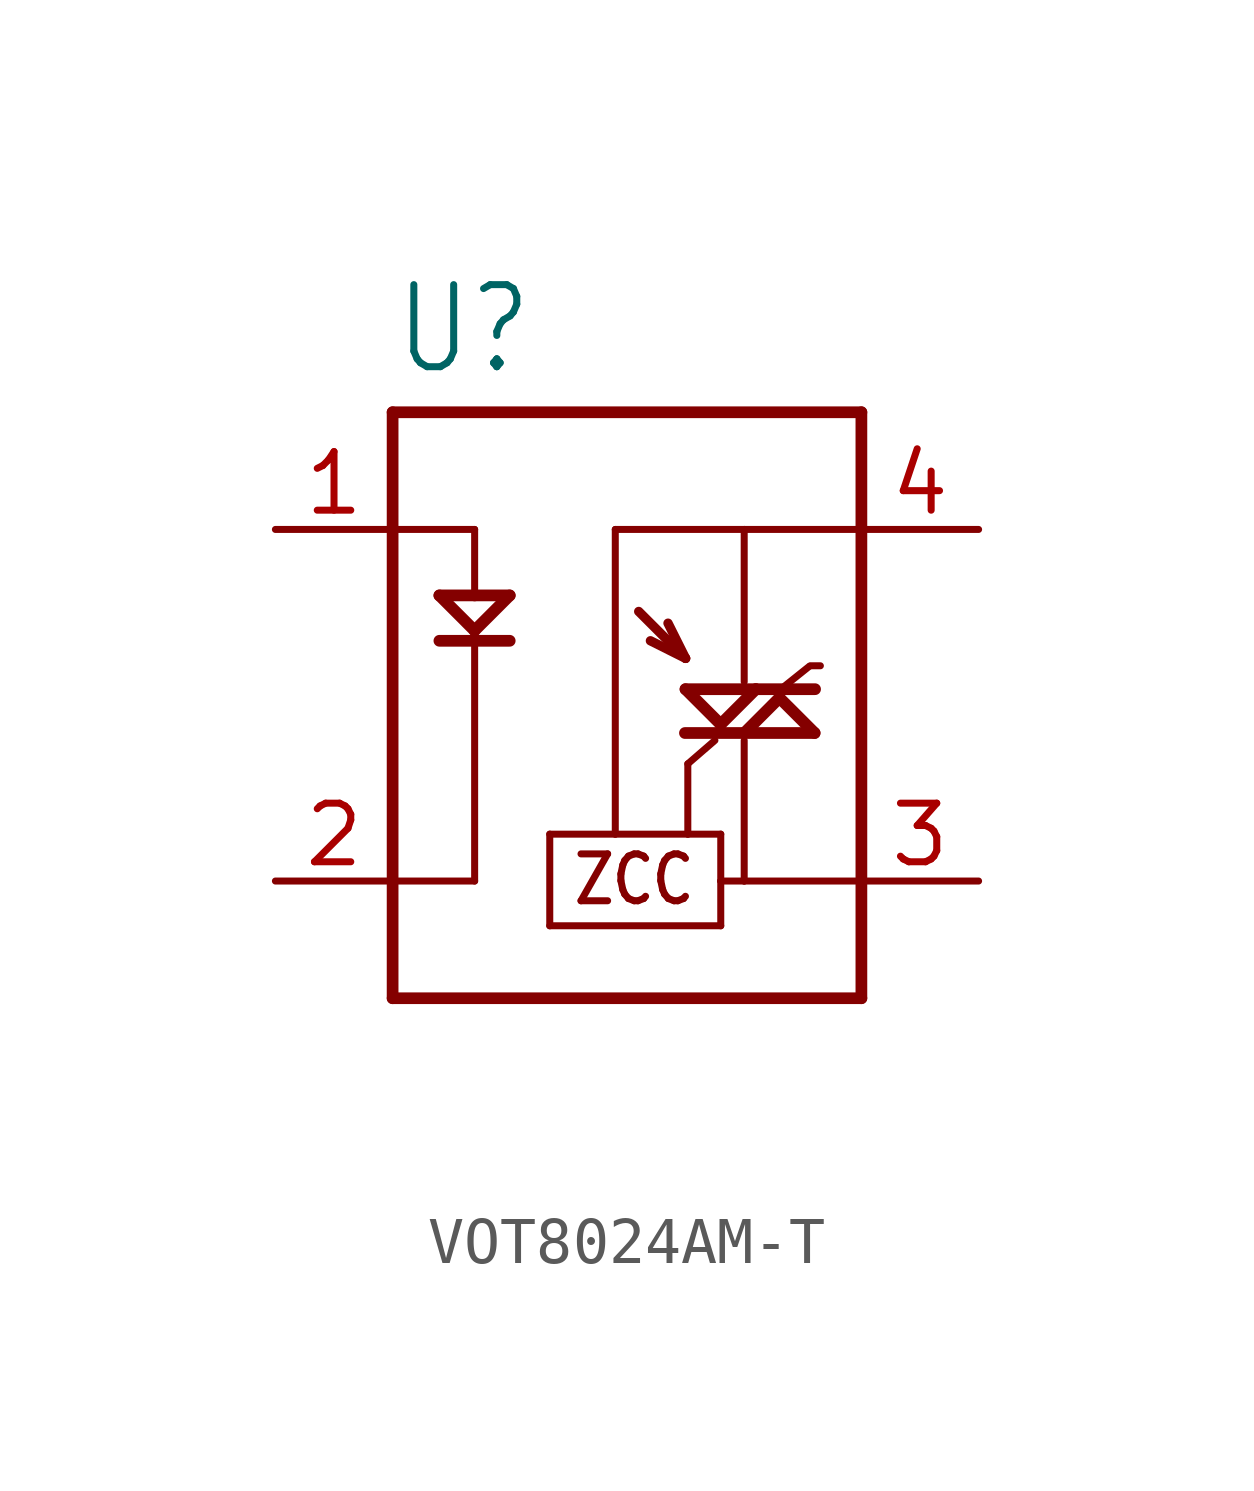
<source format=kicad_sym>
(kicad_symbol_lib
  (version 20231120)
  (generator "kicad_symbol_editor")
  (generator_version "8.0")
  (symbol "VOT8024AM-T"
    (property "Reference" "U"
      (at -5.08 5.842 0)
      (effects (font (size 1.778 1.511)) (justify left bottom)))
    (property "Value" ""
      (at -5.08 -10.16 0)
      (effects (font (size 1.778 1.511)) (justify left bottom)))
    (property "ki_locked" ""
      (at 0 0 0)
      (effects (font (size 1.27 1.27))))
    (symbol "VOT8024AM-T_1_0"
      (polyline (pts (xy -5.08 -7.62) (xy 5.08 -7.62)) (stroke (width 0.254) (type solid)) (fill (type none)))
      (polyline (pts (xy -5.08 2.54) (xy -3.302 2.54)) (stroke (width 0.152) (type solid)) (fill (type none)))
      (polyline (pts (xy -5.08 5.08) (xy -5.08 -7.62)) (stroke (width 0.254) (type solid)) (fill (type none)))
      (polyline (pts (xy -4.066 0.127) (xy -3.302 0.127)) (stroke (width 0.254) (type solid)) (fill (type none)))
      (polyline (pts (xy -4.066 1.11) (xy -3.304 0.348)) (stroke (width 0.254) (type solid)) (fill (type none)))
      (polyline (pts (xy -3.304 0.348) (xy -2.542 1.11)) (stroke (width 0.254) (type solid)) (fill (type none)))
      (polyline (pts (xy -3.302 -5.08) (xy -5.08 -5.08)) (stroke (width 0.152) (type solid)) (fill (type none)))
      (polyline (pts (xy -3.302 0.127) (xy -3.302 -5.08)) (stroke (width 0.152) (type solid)) (fill (type none)))
      (polyline (pts (xy -3.302 0.127) (xy -2.542 0.127)) (stroke (width 0.254) (type solid)) (fill (type none)))
      (polyline (pts (xy -3.302 1.11) (xy -4.066 1.11)) (stroke (width 0.254) (type solid)) (fill (type none)))
      (polyline (pts (xy -3.302 1.11) (xy -2.542 1.11)) (stroke (width 0.254) (type solid)) (fill (type none)))
      (polyline (pts (xy -3.302 2.54) (xy -3.302 1.11)) (stroke (width 0.152) (type solid)) (fill (type none)))
      (polyline (pts (xy -1.674 -6.05) (xy 2.032 -6.05)) (stroke (width 0.152) (type solid)) (fill (type none)))
      (polyline (pts (xy -1.674 -4.064) (xy -1.674 -6.05)) (stroke (width 0.152) (type solid)) (fill (type none)))
      (polyline (pts (xy -0.254 -4.064) (xy -1.674 -4.064)) (stroke (width 0.152) (type solid)) (fill (type none)))
      (polyline (pts (xy -0.254 -4.064) (xy -0.254 2.54)) (stroke (width 0.152) (type solid)) (fill (type none)))
      (polyline (pts (xy -0.254 2.54) (xy 2.54 2.54)) (stroke (width 0.152) (type solid)) (fill (type none)))
      (polyline (pts (xy 0.254 0.762) (xy 1.27 -0.254)) (stroke (width 0.203) (type solid)) (fill (type none)))
      (polyline (pts (xy 1.256 -1.872) (xy 2.542 -1.872)) (stroke (width 0.254) (type solid)) (fill (type none)))
      (polyline (pts (xy 1.268 -0.922) (xy 2.03 -1.684)) (stroke (width 0.254) (type solid)) (fill (type none)))
      (polyline (pts (xy 1.27 -0.254) (xy 0.508 0.127)) (stroke (width 0.203) (type solid)) (fill (type none)))
      (polyline (pts (xy 1.27 -0.254) (xy 0.889 0.508)) (stroke (width 0.203) (type solid)) (fill (type none)))
      (polyline (pts (xy 1.318 -4.064) (xy -0.254 -4.064)) (stroke (width 0.152) (type solid)) (fill (type none)))
      (polyline (pts (xy 1.318 -2.54) (xy 1.318 -4.064)) (stroke (width 0.152) (type solid)) (fill (type none)))
      (polyline (pts (xy 1.905 -2.032) (xy 1.318 -2.54)) (stroke (width 0.152) (type solid)) (fill (type none)))
      (polyline (pts (xy 2.03 -1.684) (xy 2.792 -0.922)) (stroke (width 0.254) (type solid)) (fill (type none)))
      (polyline (pts (xy 2.032 -6.05) (xy 2.032 -5.08)) (stroke (width 0.152) (type solid)) (fill (type none)))
      (polyline (pts (xy 2.032 -5.08) (xy 2.032 -4.064)) (stroke (width 0.152) (type solid)) (fill (type none)))
      (polyline (pts (xy 2.032 -5.08) (xy 2.54 -5.08)) (stroke (width 0.152) (type solid)) (fill (type none)))
      (polyline (pts (xy 2.032 -4.064) (xy 1.318 -4.064)) (stroke (width 0.152) (type solid)) (fill (type none)))
      (polyline (pts (xy 2.54 -5.08) (xy 5.08 -5.08)) (stroke (width 0.152) (type solid)) (fill (type none)))
      (polyline (pts (xy 2.54 -2.032) (xy 2.54 -5.08)) (stroke (width 0.152) (type solid)) (fill (type none)))
      (polyline (pts (xy 2.54 2.54) (xy 2.54 -0.762)) (stroke (width 0.152) (type solid)) (fill (type none)))
      (polyline (pts (xy 2.54 2.54) (xy 5.08 2.54)) (stroke (width 0.152) (type solid)) (fill (type none)))
      (polyline (pts (xy 2.542 -1.872) (xy 4.066 -1.872)) (stroke (width 0.254) (type solid)) (fill (type none)))
      (polyline (pts (xy 2.792 -0.922) (xy 1.268 -0.922)) (stroke (width 0.254) (type solid)) (fill (type none)))
      (polyline (pts (xy 2.792 -0.922) (xy 4.076 -0.922)) (stroke (width 0.254) (type solid)) (fill (type none)))
      (polyline (pts (xy 3.304 -1.11) (xy 2.542 -1.872)) (stroke (width 0.254) (type solid)) (fill (type none)))
      (polyline (pts (xy 3.319 -0.932) (xy 3.954 -0.424)) (stroke (width 0.152) (type solid)) (fill (type none)))
      (polyline (pts (xy 3.976 -0.415) (xy 4.191 -0.415)) (stroke (width 0.152) (type solid)) (fill (type none)))
      (polyline (pts (xy 4.066 -1.872) (xy 3.304 -1.11)) (stroke (width 0.254) (type solid)) (fill (type none)))
      (polyline (pts (xy 5.08 -7.62) (xy 5.08 5.08)) (stroke (width 0.254) (type solid)) (fill (type none)))
      (polyline (pts (xy 5.08 5.08) (xy -5.08 5.08)) (stroke (width 0.254) (type solid)) (fill (type none)))
      (text "ZCC" (at -1.22 -5.64 0) (effects (font (size 1.016 0.864)) (justify left bottom)))
      (pin passive line (at -7.62 2.54 0) (length 2.54) (name "A" (effects (font (size 0 0)))) (number "1" (effects (font (size 1.27 1.27)))))
      (pin passive line (at -7.62 -5.08 0) (length 2.54) (name "C" (effects (font (size 0 0)))) (number "2" (effects (font (size 1.27 1.27)))))
      (pin passive line (at 7.62 -5.08 180) (length 2.54) (name "MT1" (effects (font (size 0 0)))) (number "3" (effects (font (size 1.27 1.27)))))
      (pin passive line (at 7.62 2.54 180) (length 2.54) (name "MT2" (effects (font (size 0 0)))) (number "4" (effects (font (size 1.27 1.27))))))))
</source>
